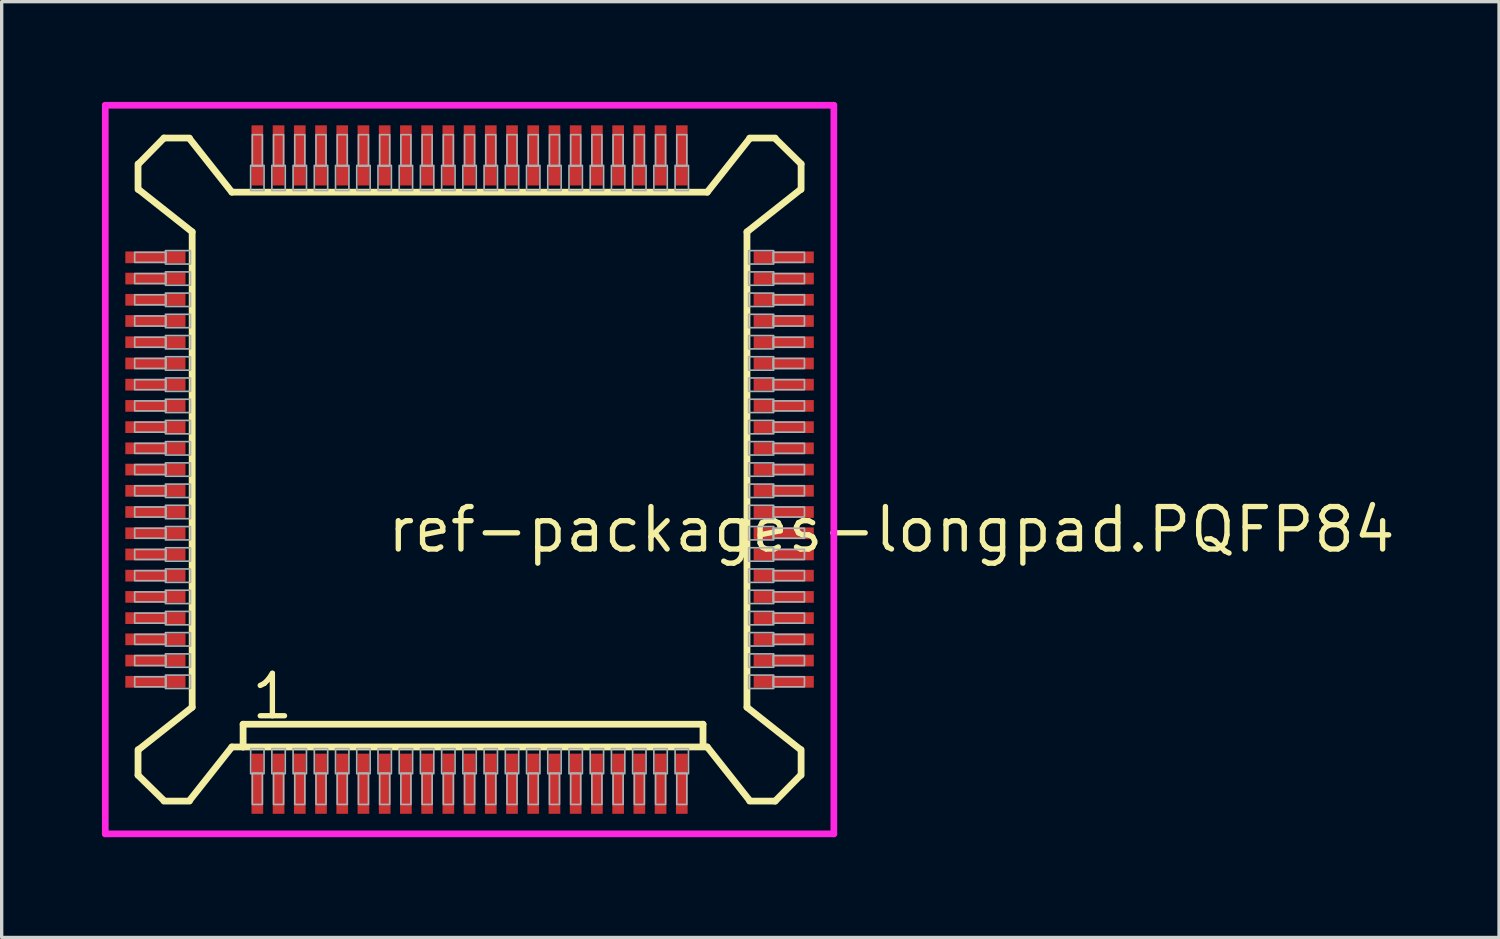
<source format=kicad_pcb>
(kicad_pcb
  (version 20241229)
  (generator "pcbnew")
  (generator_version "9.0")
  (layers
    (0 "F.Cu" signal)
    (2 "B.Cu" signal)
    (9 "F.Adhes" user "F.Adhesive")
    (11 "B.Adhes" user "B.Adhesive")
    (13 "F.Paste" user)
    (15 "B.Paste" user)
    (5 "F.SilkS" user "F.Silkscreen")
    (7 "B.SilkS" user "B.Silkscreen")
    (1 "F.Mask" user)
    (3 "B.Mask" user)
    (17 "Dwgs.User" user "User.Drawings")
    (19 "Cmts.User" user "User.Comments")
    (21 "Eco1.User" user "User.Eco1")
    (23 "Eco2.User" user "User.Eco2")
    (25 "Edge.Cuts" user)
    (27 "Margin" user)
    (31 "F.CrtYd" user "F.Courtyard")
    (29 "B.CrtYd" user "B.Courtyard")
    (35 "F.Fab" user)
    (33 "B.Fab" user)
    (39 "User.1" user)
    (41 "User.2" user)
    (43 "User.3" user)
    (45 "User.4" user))
  (footprint "ref-packages-longpad.PQFP84"
    (layer "F.Cu")
    (at 11 11)
    (property "Reference" "ref-packages-longpad.PQFP84" (at -2.54 2.54 0) (layer "F.SilkS") (effects (font (size 1.27 1.27) (thickness 0.16)) (justify left bottom)))
    (attr smd)
    (fp_line (start -9.92 -9.144) (end -9.92 -8.382) (stroke (width 0.203) (type default)) (layer "F.SilkS"))
    (fp_line (start -9.92 8.382) (end -9.92 9.144) (stroke (width 0.203) (type default)) (layer "F.SilkS"))
    (fp_line (start -9.92 9.144) (end -9.144 9.906) (stroke (width 0.203) (type default)) (layer "F.SilkS"))
    (fp_line (start -9.906 -8.382) (end -8.3 -7.112) (stroke (width 0.203) (type default)) (layer "F.SilkS"))
    (fp_line (start -9.144 -9.92) (end -9.906 -9.144) (stroke (width 0.203) (type default)) (layer "F.SilkS"))
    (fp_line (start -9.144 9.92) (end -8.382 9.92) (stroke (width 0.203) (type default)) (layer "F.SilkS"))
    (fp_line (start -8.382 -9.92) (end -9.144 -9.92) (stroke (width 0.203) (type default)) (layer "F.SilkS"))
    (fp_line (start -8.382 9.906) (end -7.112 8.3) (stroke (width 0.203) (type default)) (layer "F.SilkS"))
    (fp_line (start -8.3 -7.112) (end -8.3 7.112) (stroke (width 0.203) (type default)) (layer "F.SilkS"))
    (fp_line (start -8.3 7.112) (end -9.906 8.382) (stroke (width 0.203) (type default)) (layer "F.SilkS"))
    (fp_line (start -7.112 -8.3) (end -8.382 -9.906) (stroke (width 0.203) (type default)) (layer "F.SilkS"))
    (fp_line (start -7.112 8.3) (end -6.776 8.3) (stroke (width 0.203) (type default)) (layer "F.SilkS"))
    (fp_line (start -6.776 7.62) (end 6.985 7.62) (stroke (width 0.203) (type default)) (layer "F.SilkS"))
    (fp_line (start -6.776 8.3) (end -6.776 7.62) (stroke (width 0.203) (type default)) (layer "F.SilkS"))
    (fp_line (start -6.776 8.3) (end 7.112 8.3) (stroke (width 0.203) (type default)) (layer "F.SilkS"))
    (fp_line (start 6.985 7.62) (end 6.985 8.255) (stroke (width 0.203) (type default)) (layer "F.SilkS"))
    (fp_line (start 7.112 -8.3) (end -7.112 -8.3) (stroke (width 0.203) (type default)) (layer "F.SilkS"))
    (fp_line (start 7.112 8.3) (end 8.382 9.906) (stroke (width 0.203) (type default)) (layer "F.SilkS"))
    (fp_line (start 8.3 -7.112) (end 9.906 -8.382) (stroke (width 0.203) (type default)) (layer "F.SilkS"))
    (fp_line (start 8.3 7.112) (end 8.3 -7.112) (stroke (width 0.203) (type default)) (layer "F.SilkS"))
    (fp_line (start 8.382 -9.906) (end 7.112 -8.3) (stroke (width 0.203) (type default)) (layer "F.SilkS"))
    (fp_line (start 8.382 9.92) (end 9.144 9.92) (stroke (width 0.203) (type default)) (layer "F.SilkS"))
    (fp_line (start 9.144 -9.92) (end 8.382 -9.92) (stroke (width 0.203) (type default)) (layer "F.SilkS"))
    (fp_line (start 9.144 9.92) (end 9.906 9.144) (stroke (width 0.203) (type default)) (layer "F.SilkS"))
    (fp_line (start 9.906 8.382) (end 8.3 7.112) (stroke (width 0.203) (type default)) (layer "F.SilkS"))
    (fp_line (start 9.92 -9.144) (end 9.144 -9.906) (stroke (width 0.203) (type default)) (layer "F.SilkS"))
    (fp_line (start 9.92 -8.382) (end 9.92 -9.144) (stroke (width 0.203) (type default)) (layer "F.SilkS"))
    (fp_line (start 9.92 9.144) (end 9.92 8.382) (stroke (width 0.203) (type default)) (layer "F.SilkS"))
    (fp_line (start -10.9 -10.9) (end 10.9 -10.9) (stroke (width 0.2) (type default)) (layer "F.CrtYd"))
    (fp_line (start -10.9 10.9) (end -10.9 -10.9) (stroke (width 0.2) (type default)) (layer "F.CrtYd"))
    (fp_line (start 10.9 -10.9) (end 10.9 10.9) (stroke (width 0.2) (type default)) (layer "F.CrtYd"))
    (fp_line (start 10.9 10.9) (end -10.9 10.9) (stroke (width 0.2) (type default)) (layer "F.CrtYd"))
    (fp_rect (start -10.02 -6.2) (end -9.08 -6.5) (stroke (width 0.05) (type default)) (fill no) (layer "F.Fab"))
    (fp_rect (start -10.02 -5.565) (end -9.08 -5.865) (stroke (width 0.05) (type default)) (fill no) (layer "F.Fab"))
    (fp_rect (start -10.02 -4.93) (end -9.08 -5.23) (stroke (width 0.05) (type default)) (fill no) (layer "F.Fab"))
    (fp_rect (start -10.02 -4.295) (end -9.08 -4.595) (stroke (width 0.05) (type default)) (fill no) (layer "F.Fab"))
    (fp_rect (start -10.02 -3.66) (end -9.08 -3.96) (stroke (width 0.05) (type default)) (fill no) (layer "F.Fab"))
    (fp_rect (start -10.02 -3.025) (end -9.08 -3.325) (stroke (width 0.05) (type default)) (fill no) (layer "F.Fab"))
    (fp_rect (start -10.02 -2.39) (end -9.08 -2.69) (stroke (width 0.05) (type default)) (fill no) (layer "F.Fab"))
    (fp_rect (start -10.02 -1.755) (end -9.08 -2.055) (stroke (width 0.05) (type default)) (fill no) (layer "F.Fab"))
    (fp_rect (start -10.02 -1.12) (end -9.08 -1.42) (stroke (width 0.05) (type default)) (fill no) (layer "F.Fab"))
    (fp_rect (start -10.02 -0.485) (end -9.08 -0.785) (stroke (width 0.05) (type default)) (fill no) (layer "F.Fab"))
    (fp_rect (start -10.02 0.15) (end -9.08 -0.15) (stroke (width 0.05) (type default)) (fill no) (layer "F.Fab"))
    (fp_rect (start -10.02 0.785) (end -9.08 0.485) (stroke (width 0.05) (type default)) (fill no) (layer "F.Fab"))
    (fp_rect (start -10.02 1.42) (end -9.08 1.12) (stroke (width 0.05) (type default)) (fill no) (layer "F.Fab"))
    (fp_rect (start -10.02 2.055) (end -9.08 1.755) (stroke (width 0.05) (type default)) (fill no) (layer "F.Fab"))
    (fp_rect (start -10.02 2.69) (end -9.08 2.39) (stroke (width 0.05) (type default)) (fill no) (layer "F.Fab"))
    (fp_rect (start -10.02 3.325) (end -9.08 3.025) (stroke (width 0.05) (type default)) (fill no) (layer "F.Fab"))
    (fp_rect (start -10.02 3.96) (end -9.08 3.66) (stroke (width 0.05) (type default)) (fill no) (layer "F.Fab"))
    (fp_rect (start -10.02 4.595) (end -9.08 4.295) (stroke (width 0.05) (type default)) (fill no) (layer "F.Fab"))
    (fp_rect (start -10.02 5.23) (end -9.08 4.93) (stroke (width 0.05) (type default)) (fill no) (layer "F.Fab"))
    (fp_rect (start -10.02 5.865) (end -9.08 5.565) (stroke (width 0.05) (type default)) (fill no) (layer "F.Fab"))
    (fp_rect (start -10.02 6.5) (end -9.08 6.2) (stroke (width 0.05) (type default)) (fill no) (layer "F.Fab"))
    (fp_rect (start -9.1 -6.15) (end -8.35 -6.55) (stroke (width 0.05) (type default)) (fill no) (layer "F.Fab"))
    (fp_rect (start -9.1 -5.515) (end -8.35 -5.915) (stroke (width 0.05) (type default)) (fill no) (layer "F.Fab"))
    (fp_rect (start -9.1 -4.88) (end -8.35 -5.28) (stroke (width 0.05) (type default)) (fill no) (layer "F.Fab"))
    (fp_rect (start -9.1 -4.245) (end -8.35 -4.645) (stroke (width 0.05) (type default)) (fill no) (layer "F.Fab"))
    (fp_rect (start -9.1 -3.61) (end -8.35 -4.01) (stroke (width 0.05) (type default)) (fill no) (layer "F.Fab"))
    (fp_rect (start -9.1 -2.975) (end -8.35 -3.375) (stroke (width 0.05) (type default)) (fill no) (layer "F.Fab"))
    (fp_rect (start -9.1 -2.34) (end -8.35 -2.74) (stroke (width 0.05) (type default)) (fill no) (layer "F.Fab"))
    (fp_rect (start -9.1 -1.705) (end -8.35 -2.105) (stroke (width 0.05) (type default)) (fill no) (layer "F.Fab"))
    (fp_rect (start -9.1 -1.07) (end -8.35 -1.47) (stroke (width 0.05) (type default)) (fill no) (layer "F.Fab"))
    (fp_rect (start -9.1 -0.435) (end -8.35 -0.835) (stroke (width 0.05) (type default)) (fill no) (layer "F.Fab"))
    (fp_rect (start -9.1 0.2) (end -8.35 -0.2) (stroke (width 0.05) (type default)) (fill no) (layer "F.Fab"))
    (fp_rect (start -9.1 0.835) (end -8.35 0.435) (stroke (width 0.05) (type default)) (fill no) (layer "F.Fab"))
    (fp_rect (start -9.1 1.47) (end -8.35 1.07) (stroke (width 0.05) (type default)) (fill no) (layer "F.Fab"))
    (fp_rect (start -9.1 2.105) (end -8.35 1.705) (stroke (width 0.05) (type default)) (fill no) (layer "F.Fab"))
    (fp_rect (start -9.1 2.74) (end -8.35 2.34) (stroke (width 0.05) (type default)) (fill no) (layer "F.Fab"))
    (fp_rect (start -9.1 3.375) (end -8.35 2.975) (stroke (width 0.05) (type default)) (fill no) (layer "F.Fab"))
    (fp_rect (start -9.1 4.01) (end -8.35 3.61) (stroke (width 0.05) (type default)) (fill no) (layer "F.Fab"))
    (fp_rect (start -9.1 4.645) (end -8.35 4.245) (stroke (width 0.05) (type default)) (fill no) (layer "F.Fab"))
    (fp_rect (start -9.1 5.28) (end -8.35 4.88) (stroke (width 0.05) (type default)) (fill no) (layer "F.Fab"))
    (fp_rect (start -9.1 5.915) (end -8.35 5.515) (stroke (width 0.05) (type default)) (fill no) (layer "F.Fab"))
    (fp_rect (start -9.1 6.55) (end -8.35 6.15) (stroke (width 0.05) (type default)) (fill no) (layer "F.Fab"))
    (fp_rect (start -6.55 -8.35) (end -6.15 -9.1) (stroke (width 0.05) (type default)) (fill no) (layer "F.Fab"))
    (fp_rect (start -6.55 9.1) (end -6.15 8.35) (stroke (width 0.05) (type default)) (fill no) (layer "F.Fab"))
    (fp_rect (start -6.5 -9.08) (end -6.2 -10.02) (stroke (width 0.05) (type default)) (fill no) (layer "F.Fab"))
    (fp_rect (start -6.5 10.02) (end -6.2 9.08) (stroke (width 0.05) (type default)) (fill no) (layer "F.Fab"))
    (fp_rect (start -5.915 -8.35) (end -5.515 -9.1) (stroke (width 0.05) (type default)) (fill no) (layer "F.Fab"))
    (fp_rect (start -5.915 9.1) (end -5.515 8.35) (stroke (width 0.05) (type default)) (fill no) (layer "F.Fab"))
    (fp_rect (start -5.865 -9.08) (end -5.565 -10.02) (stroke (width 0.05) (type default)) (fill no) (layer "F.Fab"))
    (fp_rect (start -5.865 10.02) (end -5.565 9.08) (stroke (width 0.05) (type default)) (fill no) (layer "F.Fab"))
    (fp_rect (start -5.28 -8.35) (end -4.88 -9.1) (stroke (width 0.05) (type default)) (fill no) (layer "F.Fab"))
    (fp_rect (start -5.28 9.1) (end -4.88 8.35) (stroke (width 0.05) (type default)) (fill no) (layer "F.Fab"))
    (fp_rect (start -5.23 -9.08) (end -4.93 -10.02) (stroke (width 0.05) (type default)) (fill no) (layer "F.Fab"))
    (fp_rect (start -5.23 10.02) (end -4.93 9.08) (stroke (width 0.05) (type default)) (fill no) (layer "F.Fab"))
    (fp_rect (start -4.645 -8.35) (end -4.245 -9.1) (stroke (width 0.05) (type default)) (fill no) (layer "F.Fab"))
    (fp_rect (start -4.645 9.1) (end -4.245 8.35) (stroke (width 0.05) (type default)) (fill no) (layer "F.Fab"))
    (fp_rect (start -4.595 -9.08) (end -4.295 -10.02) (stroke (width 0.05) (type default)) (fill no) (layer "F.Fab"))
    (fp_rect (start -4.595 10.02) (end -4.295 9.08) (stroke (width 0.05) (type default)) (fill no) (layer "F.Fab"))
    (fp_rect (start -4.01 -8.35) (end -3.61 -9.1) (stroke (width 0.05) (type default)) (fill no) (layer "F.Fab"))
    (fp_rect (start -4.01 9.1) (end -3.61 8.35) (stroke (width 0.05) (type default)) (fill no) (layer "F.Fab"))
    (fp_rect (start -3.96 -9.08) (end -3.66 -10.02) (stroke (width 0.05) (type default)) (fill no) (layer "F.Fab"))
    (fp_rect (start -3.96 10.02) (end -3.66 9.08) (stroke (width 0.05) (type default)) (fill no) (layer "F.Fab"))
    (fp_rect (start -3.375 -8.35) (end -2.975 -9.1) (stroke (width 0.05) (type default)) (fill no) (layer "F.Fab"))
    (fp_rect (start -3.375 9.1) (end -2.975 8.35) (stroke (width 0.05) (type default)) (fill no) (layer "F.Fab"))
    (fp_rect (start -3.325 -9.08) (end -3.025 -10.02) (stroke (width 0.05) (type default)) (fill no) (layer "F.Fab"))
    (fp_rect (start -3.325 10.02) (end -3.025 9.08) (stroke (width 0.05) (type default)) (fill no) (layer "F.Fab"))
    (fp_rect (start -2.74 -8.35) (end -2.34 -9.1) (stroke (width 0.05) (type default)) (fill no) (layer "F.Fab"))
    (fp_rect (start -2.74 9.1) (end -2.34 8.35) (stroke (width 0.05) (type default)) (fill no) (layer "F.Fab"))
    (fp_rect (start -2.69 -9.08) (end -2.39 -10.02) (stroke (width 0.05) (type default)) (fill no) (layer "F.Fab"))
    (fp_rect (start -2.69 10.02) (end -2.39 9.08) (stroke (width 0.05) (type default)) (fill no) (layer "F.Fab"))
    (fp_rect (start -2.105 -8.35) (end -1.705 -9.1) (stroke (width 0.05) (type default)) (fill no) (layer "F.Fab"))
    (fp_rect (start -2.105 9.1) (end -1.705 8.35) (stroke (width 0.05) (type default)) (fill no) (layer "F.Fab"))
    (fp_rect (start -2.055 -9.08) (end -1.755 -10.02) (stroke (width 0.05) (type default)) (fill no) (layer "F.Fab"))
    (fp_rect (start -2.055 10.02) (end -1.755 9.08) (stroke (width 0.05) (type default)) (fill no) (layer "F.Fab"))
    (fp_rect (start -1.47 -8.35) (end -1.07 -9.1) (stroke (width 0.05) (type default)) (fill no) (layer "F.Fab"))
    (fp_rect (start -1.47 9.1) (end -1.07 8.35) (stroke (width 0.05) (type default)) (fill no) (layer "F.Fab"))
    (fp_rect (start -1.42 -9.08) (end -1.12 -10.02) (stroke (width 0.05) (type default)) (fill no) (layer "F.Fab"))
    (fp_rect (start -1.42 10.02) (end -1.12 9.08) (stroke (width 0.05) (type default)) (fill no) (layer "F.Fab"))
    (fp_rect (start -0.835 -8.35) (end -0.435 -9.1) (stroke (width 0.05) (type default)) (fill no) (layer "F.Fab"))
    (fp_rect (start -0.835 9.1) (end -0.435 8.35) (stroke (width 0.05) (type default)) (fill no) (layer "F.Fab"))
    (fp_rect (start -0.785 -9.08) (end -0.485 -10.02) (stroke (width 0.05) (type default)) (fill no) (layer "F.Fab"))
    (fp_rect (start -0.785 10.02) (end -0.485 9.08) (stroke (width 0.05) (type default)) (fill no) (layer "F.Fab"))
    (fp_rect (start -0.2 -8.35) (end 0.2 -9.1) (stroke (width 0.05) (type default)) (fill no) (layer "F.Fab"))
    (fp_rect (start -0.2 9.1) (end 0.2 8.35) (stroke (width 0.05) (type default)) (fill no) (layer "F.Fab"))
    (fp_rect (start -0.15 -9.08) (end 0.15 -10.02) (stroke (width 0.05) (type default)) (fill no) (layer "F.Fab"))
    (fp_rect (start -0.15 10.02) (end 0.15 9.08) (stroke (width 0.05) (type default)) (fill no) (layer "F.Fab"))
    (fp_rect (start 0.435 -8.35) (end 0.835 -9.1) (stroke (width 0.05) (type default)) (fill no) (layer "F.Fab"))
    (fp_rect (start 0.435 9.1) (end 0.835 8.35) (stroke (width 0.05) (type default)) (fill no) (layer "F.Fab"))
    (fp_rect (start 0.485 -9.08) (end 0.785 -10.02) (stroke (width 0.05) (type default)) (fill no) (layer "F.Fab"))
    (fp_rect (start 0.485 10.02) (end 0.785 9.08) (stroke (width 0.05) (type default)) (fill no) (layer "F.Fab"))
    (fp_rect (start 1.07 -8.35) (end 1.47 -9.1) (stroke (width 0.05) (type default)) (fill no) (layer "F.Fab"))
    (fp_rect (start 1.07 9.1) (end 1.47 8.35) (stroke (width 0.05) (type default)) (fill no) (layer "F.Fab"))
    (fp_rect (start 1.12 -9.08) (end 1.42 -10.02) (stroke (width 0.05) (type default)) (fill no) (layer "F.Fab"))
    (fp_rect (start 1.12 10.02) (end 1.42 9.08) (stroke (width 0.05) (type default)) (fill no) (layer "F.Fab"))
    (fp_rect (start 1.705 -8.35) (end 2.105 -9.1) (stroke (width 0.05) (type default)) (fill no) (layer "F.Fab"))
    (fp_rect (start 1.705 9.1) (end 2.105 8.35) (stroke (width 0.05) (type default)) (fill no) (layer "F.Fab"))
    (fp_rect (start 1.755 -9.08) (end 2.055 -10.02) (stroke (width 0.05) (type default)) (fill no) (layer "F.Fab"))
    (fp_rect (start 1.755 10.02) (end 2.055 9.08) (stroke (width 0.05) (type default)) (fill no) (layer "F.Fab"))
    (fp_rect (start 2.34 -8.35) (end 2.74 -9.1) (stroke (width 0.05) (type default)) (fill no) (layer "F.Fab"))
    (fp_rect (start 2.34 9.1) (end 2.74 8.35) (stroke (width 0.05) (type default)) (fill no) (layer "F.Fab"))
    (fp_rect (start 2.39 -9.08) (end 2.69 -10.02) (stroke (width 0.05) (type default)) (fill no) (layer "F.Fab"))
    (fp_rect (start 2.39 10.02) (end 2.69 9.08) (stroke (width 0.05) (type default)) (fill no) (layer "F.Fab"))
    (fp_rect (start 2.975 -8.35) (end 3.375 -9.1) (stroke (width 0.05) (type default)) (fill no) (layer "F.Fab"))
    (fp_rect (start 2.975 9.1) (end 3.375 8.35) (stroke (width 0.05) (type default)) (fill no) (layer "F.Fab"))
    (fp_rect (start 3.025 -9.08) (end 3.325 -10.02) (stroke (width 0.05) (type default)) (fill no) (layer "F.Fab"))
    (fp_rect (start 3.025 10.02) (end 3.325 9.08) (stroke (width 0.05) (type default)) (fill no) (layer "F.Fab"))
    (fp_rect (start 3.61 -8.35) (end 4.01 -9.1) (stroke (width 0.05) (type default)) (fill no) (layer "F.Fab"))
    (fp_rect (start 3.61 9.1) (end 4.01 8.35) (stroke (width 0.05) (type default)) (fill no) (layer "F.Fab"))
    (fp_rect (start 3.66 -9.08) (end 3.96 -10.02) (stroke (width 0.05) (type default)) (fill no) (layer "F.Fab"))
    (fp_rect (start 3.66 10.02) (end 3.96 9.08) (stroke (width 0.05) (type default)) (fill no) (layer "F.Fab"))
    (fp_rect (start 4.245 -8.35) (end 4.645 -9.1) (stroke (width 0.05) (type default)) (fill no) (layer "F.Fab"))
    (fp_rect (start 4.245 9.1) (end 4.645 8.35) (stroke (width 0.05) (type default)) (fill no) (layer "F.Fab"))
    (fp_rect (start 4.295 -9.08) (end 4.595 -10.02) (stroke (width 0.05) (type default)) (fill no) (layer "F.Fab"))
    (fp_rect (start 4.295 10.02) (end 4.595 9.08) (stroke (width 0.05) (type default)) (fill no) (layer "F.Fab"))
    (fp_rect (start 4.88 -8.35) (end 5.28 -9.1) (stroke (width 0.05) (type default)) (fill no) (layer "F.Fab"))
    (fp_rect (start 4.88 9.1) (end 5.28 8.35) (stroke (width 0.05) (type default)) (fill no) (layer "F.Fab"))
    (fp_rect (start 4.93 -9.08) (end 5.23 -10.02) (stroke (width 0.05) (type default)) (fill no) (layer "F.Fab"))
    (fp_rect (start 4.93 10.02) (end 5.23 9.08) (stroke (width 0.05) (type default)) (fill no) (layer "F.Fab"))
    (fp_rect (start 5.515 -8.35) (end 5.915 -9.1) (stroke (width 0.05) (type default)) (fill no) (layer "F.Fab"))
    (fp_rect (start 5.515 9.1) (end 5.915 8.35) (stroke (width 0.05) (type default)) (fill no) (layer "F.Fab"))
    (fp_rect (start 5.565 -9.08) (end 5.865 -10.02) (stroke (width 0.05) (type default)) (fill no) (layer "F.Fab"))
    (fp_rect (start 5.565 10.02) (end 5.865 9.08) (stroke (width 0.05) (type default)) (fill no) (layer "F.Fab"))
    (fp_rect (start 6.15 -8.35) (end 6.55 -9.1) (stroke (width 0.05) (type default)) (fill no) (layer "F.Fab"))
    (fp_rect (start 6.15 9.1) (end 6.55 8.35) (stroke (width 0.05) (type default)) (fill no) (layer "F.Fab"))
    (fp_rect (start 6.2 -9.08) (end 6.5 -10.02) (stroke (width 0.05) (type default)) (fill no) (layer "F.Fab"))
    (fp_rect (start 6.2 10.02) (end 6.5 9.08) (stroke (width 0.05) (type default)) (fill no) (layer "F.Fab"))
    (fp_rect (start 8.35 -6.15) (end 9.1 -6.55) (stroke (width 0.05) (type default)) (fill no) (layer "F.Fab"))
    (fp_rect (start 8.35 -5.515) (end 9.1 -5.915) (stroke (width 0.05) (type default)) (fill no) (layer "F.Fab"))
    (fp_rect (start 8.35 -4.88) (end 9.1 -5.28) (stroke (width 0.05) (type default)) (fill no) (layer "F.Fab"))
    (fp_rect (start 8.35 -4.245) (end 9.1 -4.645) (stroke (width 0.05) (type default)) (fill no) (layer "F.Fab"))
    (fp_rect (start 8.35 -3.61) (end 9.1 -4.01) (stroke (width 0.05) (type default)) (fill no) (layer "F.Fab"))
    (fp_rect (start 8.35 -2.975) (end 9.1 -3.375) (stroke (width 0.05) (type default)) (fill no) (layer "F.Fab"))
    (fp_rect (start 8.35 -2.34) (end 9.1 -2.74) (stroke (width 0.05) (type default)) (fill no) (layer "F.Fab"))
    (fp_rect (start 8.35 -1.705) (end 9.1 -2.105) (stroke (width 0.05) (type default)) (fill no) (layer "F.Fab"))
    (fp_rect (start 8.35 -1.07) (end 9.1 -1.47) (stroke (width 0.05) (type default)) (fill no) (layer "F.Fab"))
    (fp_rect (start 8.35 -0.435) (end 9.1 -0.835) (stroke (width 0.05) (type default)) (fill no) (layer "F.Fab"))
    (fp_rect (start 8.35 0.2) (end 9.1 -0.2) (stroke (width 0.05) (type default)) (fill no) (layer "F.Fab"))
    (fp_rect (start 8.35 0.835) (end 9.1 0.435) (stroke (width 0.05) (type default)) (fill no) (layer "F.Fab"))
    (fp_rect (start 8.35 1.47) (end 9.1 1.07) (stroke (width 0.05) (type default)) (fill no) (layer "F.Fab"))
    (fp_rect (start 8.35 2.105) (end 9.1 1.705) (stroke (width 0.05) (type default)) (fill no) (layer "F.Fab"))
    (fp_rect (start 8.35 2.74) (end 9.1 2.34) (stroke (width 0.05) (type default)) (fill no) (layer "F.Fab"))
    (fp_rect (start 8.35 3.375) (end 9.1 2.975) (stroke (width 0.05) (type default)) (fill no) (layer "F.Fab"))
    (fp_rect (start 8.35 4.01) (end 9.1 3.61) (stroke (width 0.05) (type default)) (fill no) (layer "F.Fab"))
    (fp_rect (start 8.35 4.645) (end 9.1 4.245) (stroke (width 0.05) (type default)) (fill no) (layer "F.Fab"))
    (fp_rect (start 8.35 5.28) (end 9.1 4.88) (stroke (width 0.05) (type default)) (fill no) (layer "F.Fab"))
    (fp_rect (start 8.35 5.915) (end 9.1 5.515) (stroke (width 0.05) (type default)) (fill no) (layer "F.Fab"))
    (fp_rect (start 8.35 6.55) (end 9.1 6.15) (stroke (width 0.05) (type default)) (fill no) (layer "F.Fab"))
    (fp_rect (start 9.08 -6.2) (end 10.02 -6.5) (stroke (width 0.05) (type default)) (fill no) (layer "F.Fab"))
    (fp_rect (start 9.08 -5.565) (end 10.02 -5.865) (stroke (width 0.05) (type default)) (fill no) (layer "F.Fab"))
    (fp_rect (start 9.08 -4.93) (end 10.02 -5.23) (stroke (width 0.05) (type default)) (fill no) (layer "F.Fab"))
    (fp_rect (start 9.08 -4.295) (end 10.02 -4.595) (stroke (width 0.05) (type default)) (fill no) (layer "F.Fab"))
    (fp_rect (start 9.08 -3.66) (end 10.02 -3.96) (stroke (width 0.05) (type default)) (fill no) (layer "F.Fab"))
    (fp_rect (start 9.08 -3.025) (end 10.02 -3.325) (stroke (width 0.05) (type default)) (fill no) (layer "F.Fab"))
    (fp_rect (start 9.08 -2.39) (end 10.02 -2.69) (stroke (width 0.05) (type default)) (fill no) (layer "F.Fab"))
    (fp_rect (start 9.08 -1.755) (end 10.02 -2.055) (stroke (width 0.05) (type default)) (fill no) (layer "F.Fab"))
    (fp_rect (start 9.08 -1.12) (end 10.02 -1.42) (stroke (width 0.05) (type default)) (fill no) (layer "F.Fab"))
    (fp_rect (start 9.08 -0.485) (end 10.02 -0.785) (stroke (width 0.05) (type default)) (fill no) (layer "F.Fab"))
    (fp_rect (start 9.08 0.15) (end 10.02 -0.15) (stroke (width 0.05) (type default)) (fill no) (layer "F.Fab"))
    (fp_rect (start 9.08 0.785) (end 10.02 0.485) (stroke (width 0.05) (type default)) (fill no) (layer "F.Fab"))
    (fp_rect (start 9.08 1.42) (end 10.02 1.12) (stroke (width 0.05) (type default)) (fill no) (layer "F.Fab"))
    (fp_rect (start 9.08 2.055) (end 10.02 1.755) (stroke (width 0.05) (type default)) (fill no) (layer "F.Fab"))
    (fp_rect (start 9.08 2.69) (end 10.02 2.39) (stroke (width 0.05) (type default)) (fill no) (layer "F.Fab"))
    (fp_rect (start 9.08 3.325) (end 10.02 3.025) (stroke (width 0.05) (type default)) (fill no) (layer "F.Fab"))
    (fp_rect (start 9.08 3.96) (end 10.02 3.66) (stroke (width 0.05) (type default)) (fill no) (layer "F.Fab"))
    (fp_rect (start 9.08 4.595) (end 10.02 4.295) (stroke (width 0.05) (type default)) (fill no) (layer "F.Fab"))
    (fp_rect (start 9.08 5.23) (end 10.02 4.93) (stroke (width 0.05) (type default)) (fill no) (layer "F.Fab"))
    (fp_rect (start 9.08 5.865) (end 10.02 5.565) (stroke (width 0.05) (type default)) (fill no) (layer "F.Fab"))
    (fp_rect (start 9.08 6.5) (end 10.02 6.2) (stroke (width 0.05) (type default)) (fill no) (layer "F.Fab"))
    (fp_text user "1" (at -6.61 7.53 0) (layer "F.SilkS") (effects (font (size 1.27 1.27) (thickness 0.16)) (justify left bottom)))
    (pad "1" smd roundrect (at -6.35 9.4) (size 0.35 1.8) (layers "F.Cu" "F.Mask" "F.Paste") (roundrect_rratio 0.01))
    (pad "2" smd roundrect (at -5.715 9.4) (size 0.35 1.8) (layers "F.Cu" "F.Mask" "F.Paste") (roundrect_rratio 0.01))
    (pad "3" smd roundrect (at -5.08 9.4) (size 0.35 1.8) (layers "F.Cu" "F.Mask" "F.Paste") (roundrect_rratio 0.01))
    (pad "4" smd roundrect (at -4.445 9.4) (size 0.35 1.8) (layers "F.Cu" "F.Mask" "F.Paste") (roundrect_rratio 0.01))
    (pad "5" smd roundrect (at -3.81 9.4) (size 0.35 1.8) (layers "F.Cu" "F.Mask" "F.Paste") (roundrect_rratio 0.01))
    (pad "6" smd roundrect (at -3.175 9.4) (size 0.35 1.8) (layers "F.Cu" "F.Mask" "F.Paste") (roundrect_rratio 0.01))
    (pad "7" smd roundrect (at -2.54 9.4) (size 0.35 1.8) (layers "F.Cu" "F.Mask" "F.Paste") (roundrect_rratio 0.01))
    (pad "8" smd roundrect (at -1.905 9.4) (size 0.35 1.8) (layers "F.Cu" "F.Mask" "F.Paste") (roundrect_rratio 0.01))
    (pad "9" smd roundrect (at -1.27 9.4) (size 0.35 1.8) (layers "F.Cu" "F.Mask" "F.Paste") (roundrect_rratio 0.01))
    (pad "10" smd roundrect (at -0.635 9.4) (size 0.35 1.8) (layers "F.Cu" "F.Mask" "F.Paste") (roundrect_rratio 0.01))
    (pad "11" smd roundrect (at 0 9.4) (size 0.35 1.8) (layers "F.Cu" "F.Mask" "F.Paste") (roundrect_rratio 0.01))
    (pad "12" smd roundrect (at 0.635 9.4) (size 0.35 1.8) (layers "F.Cu" "F.Mask" "F.Paste") (roundrect_rratio 0.01))
    (pad "13" smd roundrect (at 1.27 9.4) (size 0.35 1.8) (layers "F.Cu" "F.Mask" "F.Paste") (roundrect_rratio 0.01))
    (pad "14" smd roundrect (at 1.905 9.4) (size 0.35 1.8) (layers "F.Cu" "F.Mask" "F.Paste") (roundrect_rratio 0.01))
    (pad "15" smd roundrect (at 2.54 9.4) (size 0.35 1.8) (layers "F.Cu" "F.Mask" "F.Paste") (roundrect_rratio 0.01))
    (pad "16" smd roundrect (at 3.175 9.4) (size 0.35 1.8) (layers "F.Cu" "F.Mask" "F.Paste") (roundrect_rratio 0.01))
    (pad "17" smd roundrect (at 3.81 9.4) (size 0.35 1.8) (layers "F.Cu" "F.Mask" "F.Paste") (roundrect_rratio 0.01))
    (pad "18" smd roundrect (at 4.445 9.4) (size 0.35 1.8) (layers "F.Cu" "F.Mask" "F.Paste") (roundrect_rratio 0.01))
    (pad "19" smd roundrect (at 5.08 9.4) (size 0.35 1.8) (layers "F.Cu" "F.Mask" "F.Paste") (roundrect_rratio 0.01))
    (pad "20" smd roundrect (at 5.715 9.4) (size 0.35 1.8) (layers "F.Cu" "F.Mask" "F.Paste") (roundrect_rratio 0.01))
    (pad "21" smd roundrect (at 6.35 9.4) (size 0.35 1.8) (layers "F.Cu" "F.Mask" "F.Paste") (roundrect_rratio 0.01))
    (pad "22" smd roundrect (at 9.4 6.35) (size 1.8 0.35) (layers "F.Cu" "F.Mask" "F.Paste") (roundrect_rratio 0.01))
    (pad "23" smd roundrect (at 9.4 5.715) (size 1.8 0.35) (layers "F.Cu" "F.Mask" "F.Paste") (roundrect_rratio 0.01))
    (pad "24" smd roundrect (at 9.4 5.08) (size 1.8 0.35) (layers "F.Cu" "F.Mask" "F.Paste") (roundrect_rratio 0.01))
    (pad "25" smd roundrect (at 9.4 4.445) (size 1.8 0.35) (layers "F.Cu" "F.Mask" "F.Paste") (roundrect_rratio 0.01))
    (pad "26" smd roundrect (at 9.4 3.81) (size 1.8 0.35) (layers "F.Cu" "F.Mask" "F.Paste") (roundrect_rratio 0.01))
    (pad "27" smd roundrect (at 9.4 3.175) (size 1.8 0.35) (layers "F.Cu" "F.Mask" "F.Paste") (roundrect_rratio 0.01))
    (pad "28" smd roundrect (at 9.4 2.54) (size 1.8 0.35) (layers "F.Cu" "F.Mask" "F.Paste") (roundrect_rratio 0.01))
    (pad "29" smd roundrect (at 9.4 1.905) (size 1.8 0.35) (layers "F.Cu" "F.Mask" "F.Paste") (roundrect_rratio 0.01))
    (pad "30" smd roundrect (at 9.4 1.27) (size 1.8 0.35) (layers "F.Cu" "F.Mask" "F.Paste") (roundrect_rratio 0.01))
    (pad "31" smd roundrect (at 9.4 0.635) (size 1.8 0.35) (layers "F.Cu" "F.Mask" "F.Paste") (roundrect_rratio 0.01))
    (pad "32" smd roundrect (at 9.4 0) (size 1.8 0.35) (layers "F.Cu" "F.Mask" "F.Paste") (roundrect_rratio 0.01))
    (pad "33" smd roundrect (at 9.4 -0.635) (size 1.8 0.35) (layers "F.Cu" "F.Mask" "F.Paste") (roundrect_rratio 0.01))
    (pad "34" smd roundrect (at 9.4 -1.27) (size 1.8 0.35) (layers "F.Cu" "F.Mask" "F.Paste") (roundrect_rratio 0.01))
    (pad "35" smd roundrect (at 9.4 -1.905) (size 1.8 0.35) (layers "F.Cu" "F.Mask" "F.Paste") (roundrect_rratio 0.01))
    (pad "36" smd roundrect (at 9.4 -2.54) (size 1.8 0.35) (layers "F.Cu" "F.Mask" "F.Paste") (roundrect_rratio 0.01))
    (pad "37" smd roundrect (at 9.4 -3.175) (size 1.8 0.35) (layers "F.Cu" "F.Mask" "F.Paste") (roundrect_rratio 0.01))
    (pad "38" smd roundrect (at 9.4 -3.81) (size 1.8 0.35) (layers "F.Cu" "F.Mask" "F.Paste") (roundrect_rratio 0.01))
    (pad "39" smd roundrect (at 9.4 -4.445) (size 1.8 0.35) (layers "F.Cu" "F.Mask" "F.Paste") (roundrect_rratio 0.01))
    (pad "40" smd roundrect (at 9.4 -5.08) (size 1.8 0.35) (layers "F.Cu" "F.Mask" "F.Paste") (roundrect_rratio 0.01))
    (pad "41" smd roundrect (at 9.4 -5.715) (size 1.8 0.35) (layers "F.Cu" "F.Mask" "F.Paste") (roundrect_rratio 0.01))
    (pad "42" smd roundrect (at 9.4 -6.35) (size 1.8 0.35) (layers "F.Cu" "F.Mask" "F.Paste") (roundrect_rratio 0.01))
    (pad "43" smd roundrect (at 6.35 -9.4) (size 0.35 1.8) (layers "F.Cu" "F.Mask" "F.Paste") (roundrect_rratio 0.01))
    (pad "44" smd roundrect (at 5.715 -9.4) (size 0.35 1.8) (layers "F.Cu" "F.Mask" "F.Paste") (roundrect_rratio 0.01))
    (pad "45" smd roundrect (at 5.08 -9.4) (size 0.35 1.8) (layers "F.Cu" "F.Mask" "F.Paste") (roundrect_rratio 0.01))
    (pad "46" smd roundrect (at 4.445 -9.4) (size 0.35 1.8) (layers "F.Cu" "F.Mask" "F.Paste") (roundrect_rratio 0.01))
    (pad "47" smd roundrect (at 3.81 -9.4) (size 0.35 1.8) (layers "F.Cu" "F.Mask" "F.Paste") (roundrect_rratio 0.01))
    (pad "48" smd roundrect (at 3.175 -9.4) (size 0.35 1.8) (layers "F.Cu" "F.Mask" "F.Paste") (roundrect_rratio 0.01))
    (pad "49" smd roundrect (at 2.54 -9.4) (size 0.35 1.8) (layers "F.Cu" "F.Mask" "F.Paste") (roundrect_rratio 0.01))
    (pad "50" smd roundrect (at 1.905 -9.4) (size 0.35 1.8) (layers "F.Cu" "F.Mask" "F.Paste") (roundrect_rratio 0.01))
    (pad "51" smd roundrect (at 1.27 -9.4) (size 0.35 1.8) (layers "F.Cu" "F.Mask" "F.Paste") (roundrect_rratio 0.01))
    (pad "52" smd roundrect (at 0.635 -9.4) (size 0.35 1.8) (layers "F.Cu" "F.Mask" "F.Paste") (roundrect_rratio 0.01))
    (pad "53" smd roundrect (at 0 -9.4) (size 0.35 1.8) (layers "F.Cu" "F.Mask" "F.Paste") (roundrect_rratio 0.01))
    (pad "54" smd roundrect (at -0.635 -9.4) (size 0.35 1.8) (layers "F.Cu" "F.Mask" "F.Paste") (roundrect_rratio 0.01))
    (pad "55" smd roundrect (at -1.27 -9.4) (size 0.35 1.8) (layers "F.Cu" "F.Mask" "F.Paste") (roundrect_rratio 0.01))
    (pad "56" smd roundrect (at -1.905 -9.4) (size 0.35 1.8) (layers "F.Cu" "F.Mask" "F.Paste") (roundrect_rratio 0.01))
    (pad "57" smd roundrect (at -2.54 -9.4) (size 0.35 1.8) (layers "F.Cu" "F.Mask" "F.Paste") (roundrect_rratio 0.01))
    (pad "58" smd roundrect (at -3.175 -9.4) (size 0.35 1.8) (layers "F.Cu" "F.Mask" "F.Paste") (roundrect_rratio 0.01))
    (pad "59" smd roundrect (at -3.81 -9.4) (size 0.35 1.8) (layers "F.Cu" "F.Mask" "F.Paste") (roundrect_rratio 0.01))
    (pad "60" smd roundrect (at -4.445 -9.4) (size 0.35 1.8) (layers "F.Cu" "F.Mask" "F.Paste") (roundrect_rratio 0.01))
    (pad "61" smd roundrect (at -5.08 -9.4) (size 0.35 1.8) (layers "F.Cu" "F.Mask" "F.Paste") (roundrect_rratio 0.01))
    (pad "62" smd roundrect (at -5.715 -9.4) (size 0.35 1.8) (layers "F.Cu" "F.Mask" "F.Paste") (roundrect_rratio 0.01))
    (pad "63" smd roundrect (at -6.35 -9.4) (size 0.35 1.8) (layers "F.Cu" "F.Mask" "F.Paste") (roundrect_rratio 0.01))
    (pad "64" smd roundrect (at -9.4 -6.35) (size 1.8 0.35) (layers "F.Cu" "F.Mask" "F.Paste") (roundrect_rratio 0.01))
    (pad "65" smd roundrect (at -9.4 -5.715) (size 1.8 0.35) (layers "F.Cu" "F.Mask" "F.Paste") (roundrect_rratio 0.01))
    (pad "66" smd roundrect (at -9.4 -5.08) (size 1.8 0.35) (layers "F.Cu" "F.Mask" "F.Paste") (roundrect_rratio 0.01))
    (pad "67" smd roundrect (at -9.4 -4.445) (size 1.8 0.35) (layers "F.Cu" "F.Mask" "F.Paste") (roundrect_rratio 0.01))
    (pad "68" smd roundrect (at -9.4 -3.81) (size 1.8 0.35) (layers "F.Cu" "F.Mask" "F.Paste") (roundrect_rratio 0.01))
    (pad "69" smd roundrect (at -9.4 -3.175) (size 1.8 0.35) (layers "F.Cu" "F.Mask" "F.Paste") (roundrect_rratio 0.01))
    (pad "70" smd roundrect (at -9.4 -2.54) (size 1.8 0.35) (layers "F.Cu" "F.Mask" "F.Paste") (roundrect_rratio 0.01))
    (pad "71" smd roundrect (at -9.4 -1.905) (size 1.8 0.35) (layers "F.Cu" "F.Mask" "F.Paste") (roundrect_rratio 0.01))
    (pad "72" smd roundrect (at -9.4 -1.27) (size 1.8 0.35) (layers "F.Cu" "F.Mask" "F.Paste") (roundrect_rratio 0.01))
    (pad "73" smd roundrect (at -9.4 -0.635) (size 1.8 0.35) (layers "F.Cu" "F.Mask" "F.Paste") (roundrect_rratio 0.01))
    (pad "74" smd roundrect (at -9.4 0) (size 1.8 0.35) (layers "F.Cu" "F.Mask" "F.Paste") (roundrect_rratio 0.01))
    (pad "75" smd roundrect (at -9.4 0.635) (size 1.8 0.35) (layers "F.Cu" "F.Mask" "F.Paste") (roundrect_rratio 0.01))
    (pad "76" smd roundrect (at -9.4 1.27) (size 1.8 0.35) (layers "F.Cu" "F.Mask" "F.Paste") (roundrect_rratio 0.01))
    (pad "77" smd roundrect (at -9.4 1.905) (size 1.8 0.35) (layers "F.Cu" "F.Mask" "F.Paste") (roundrect_rratio 0.01))
    (pad "78" smd roundrect (at -9.4 2.54) (size 1.8 0.35) (layers "F.Cu" "F.Mask" "F.Paste") (roundrect_rratio 0.01))
    (pad "79" smd roundrect (at -9.4 3.175) (size 1.8 0.35) (layers "F.Cu" "F.Mask" "F.Paste") (roundrect_rratio 0.01))
    (pad "80" smd roundrect (at -9.4 3.81) (size 1.8 0.35) (layers "F.Cu" "F.Mask" "F.Paste") (roundrect_rratio 0.01))
    (pad "81" smd roundrect (at -9.4 4.445) (size 1.8 0.35) (layers "F.Cu" "F.Mask" "F.Paste") (roundrect_rratio 0.01))
    (pad "82" smd roundrect (at -9.4 5.08) (size 1.8 0.35) (layers "F.Cu" "F.Mask" "F.Paste") (roundrect_rratio 0.01))
    (pad "83" smd roundrect (at -9.4 5.715) (size 1.8 0.35) (layers "F.Cu" "F.Mask" "F.Paste") (roundrect_rratio 0.01))
    (pad "84" smd roundrect (at -9.4 6.35) (size 1.8 0.35) (layers "F.Cu" "F.Mask" "F.Paste") (roundrect_rratio 0.01)))
  (gr_rect
    (start -3 -3)
    (end 41.803 25)
    (stroke (width 0.1) (type default))
    (fill no)
    (layer "Edge.Cuts")))
</source>
